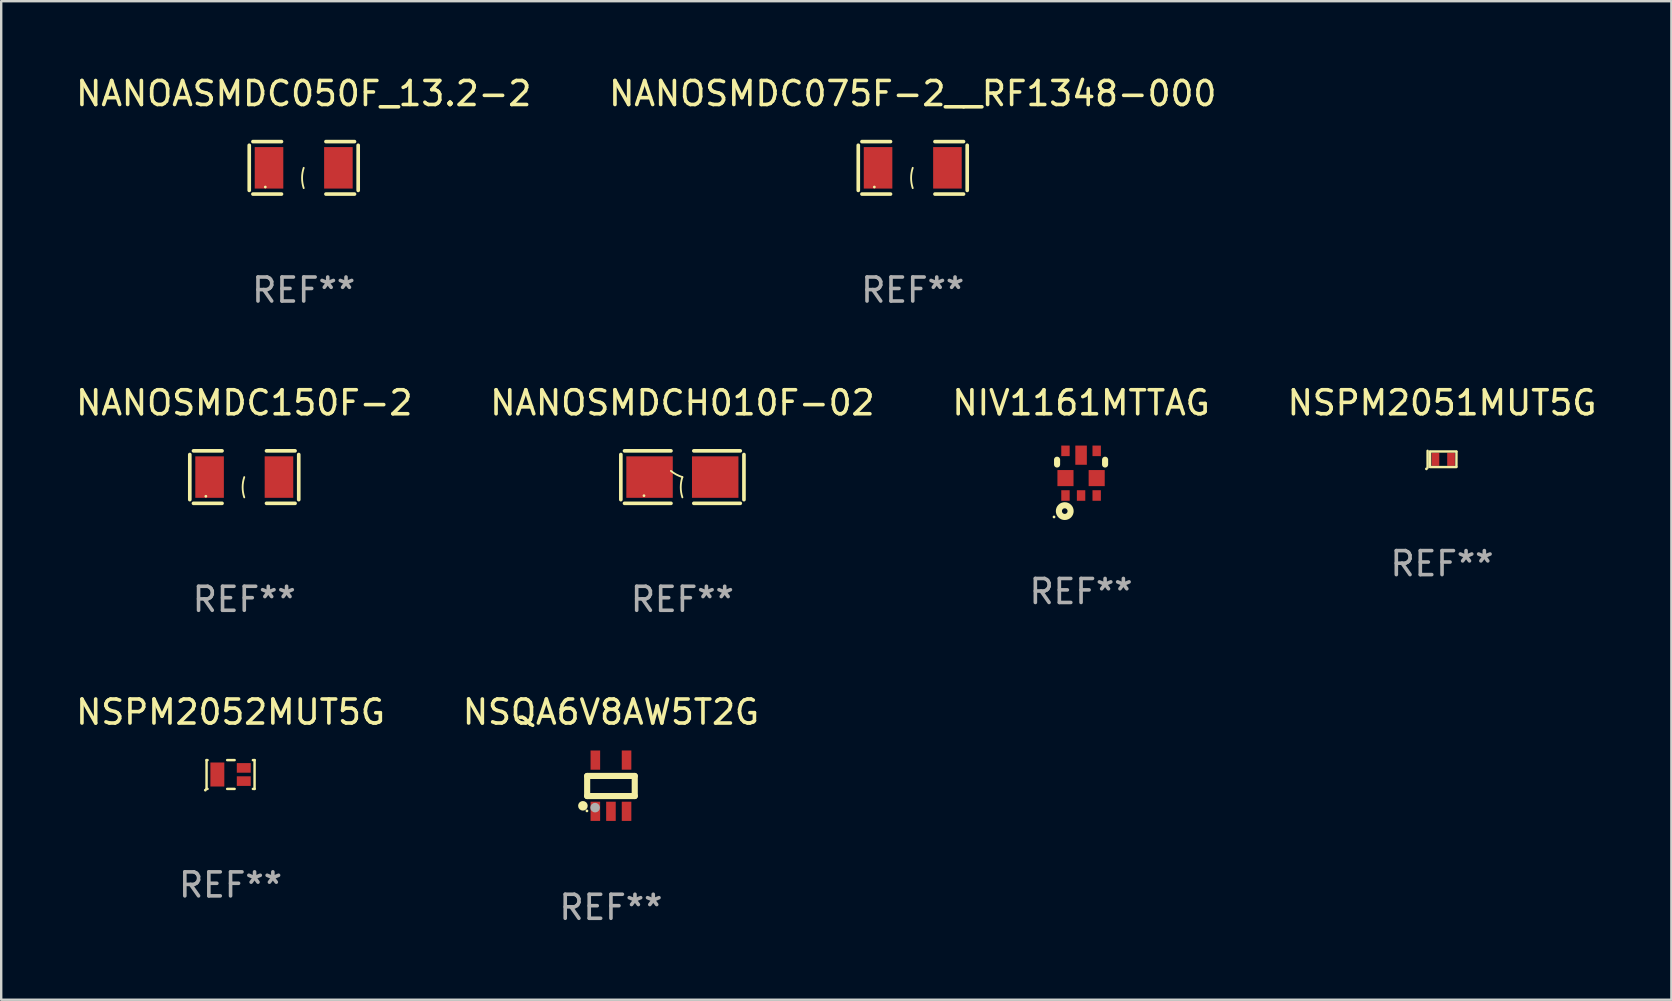
<source format=kicad_pcb>
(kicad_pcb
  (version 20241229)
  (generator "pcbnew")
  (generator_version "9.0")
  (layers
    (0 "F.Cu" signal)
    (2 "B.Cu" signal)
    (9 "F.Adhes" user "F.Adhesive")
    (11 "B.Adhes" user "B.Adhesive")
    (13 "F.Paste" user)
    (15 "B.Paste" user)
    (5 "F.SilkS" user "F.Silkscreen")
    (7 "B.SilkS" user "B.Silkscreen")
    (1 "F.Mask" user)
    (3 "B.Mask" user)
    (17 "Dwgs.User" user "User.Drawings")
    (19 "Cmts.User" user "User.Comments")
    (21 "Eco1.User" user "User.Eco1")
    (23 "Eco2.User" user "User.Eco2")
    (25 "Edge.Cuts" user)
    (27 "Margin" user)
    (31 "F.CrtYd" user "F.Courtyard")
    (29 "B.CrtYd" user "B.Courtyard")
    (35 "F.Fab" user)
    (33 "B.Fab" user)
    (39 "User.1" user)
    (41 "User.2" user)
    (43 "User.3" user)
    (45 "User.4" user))
  (footprint "NIV1161MTTAG"
    (layer "F.Cu")
    (at 41.982 16.66)
    (property "Reference" "NIV1161MTTAG" (at 0 -2.93 0) (layer "F.SilkS") (effects (font (size 1 1) (thickness 0.15))))
    (attr through_hole)
    (fp_line (start -1 -0.361) (end -1 -0.56) (stroke (width 0.254) (type solid)) (layer "F.SilkS"))
    (fp_line (start 1 -0.56) (end 1 -0.361) (stroke (width 0.254) (type solid)) (layer "F.SilkS"))
    (fp_circle (center -1.127 1.824) (end -1.097 1.824) (stroke (width 0.06) (type solid)) (fill no) (layer "F.SilkS"))
    (fp_circle (center -0.68 1.58) (end -0.563 1.58) (stroke (width 0.254) (type solid)) (fill no) (layer "F.SilkS"))
    (fp_text user "REF**" (at 0 4.93 0) (layer "F.Fab") (effects (font (size 1 1) (thickness 0.15))))
    (pad "1" smd rect (at -0.65 0.93) (size 0.35 0.44) (layers "F.Cu" "F.Mask" "F.Paste"))
    (pad "2" smd rect (at 0 0.93) (size 0.35 0.44) (layers "F.Cu" "F.Mask" "F.Paste"))
    (pad "3" smd rect (at 0.65 0.93) (size 0.35 0.44) (layers "F.Cu" "F.Mask" "F.Paste"))
    (pad "4" smd rect (at 0.65 -0.93) (size 0.35 0.44) (layers "F.Cu" "F.Mask" "F.Paste"))
    (pad "4" smd rect (at 0.65 0.205) (size 0.67 0.67) (layers "F.Cu" "F.Mask" "F.Paste"))
    (pad "5" smd rect (at 0 -0.75) (size 0.48 0.8) (layers "F.Cu" "F.Mask" "F.Paste"))
    (pad "6" smd rect (at -0.65 -0.93) (size 0.35 0.44) (layers "F.Cu" "F.Mask" "F.Paste"))
    (pad "6" smd rect (at -0.65 0.205) (size 0.67 0.67) (layers "F.Cu" "F.Mask" "F.Paste")))
  (footprint "NANOASMDC050F_13.2-2"
    (layer "F.Cu")
    (at 9.601 3.941)
    (property "Reference" "NANOASMDC050F_13.2-2" (at 0 -3.093 0) (layer "F.SilkS") (effects (font (size 1 1) (thickness 0.15))))
    (attr through_hole)
    (fp_line (start -2.269 -0.94) (end -2.269 0.94) (stroke (width 0.152) (type solid)) (layer "F.SilkS"))
    (fp_line (start -2.116 1.093) (end -0.926 1.093) (stroke (width 0.152) (type solid)) (layer "F.SilkS"))
    (fp_line (start -0.926 -1.093) (end -2.116 -1.093) (stroke (width 0.152) (type solid)) (layer "F.SilkS"))
    (fp_line (start 0.926 -1.093) (end 2.116 -1.093) (stroke (width 0.152) (type solid)) (layer "F.SilkS"))
    (fp_line (start 2.116 1.093) (end 0.926 1.093) (stroke (width 0.152) (type solid)) (layer "F.SilkS"))
    (fp_line (start 2.269 -0.94) (end 2.269 0.94) (stroke (width 0.152) (type solid)) (layer "F.SilkS"))
    (fp_arc (start 0 0.844951) (mid -0.068559 0.422475) (end 0 0) (stroke (width 0.0762) (type solid)) (layer "F.SilkS"))
    (fp_circle (center -1.6 0.8) (end -1.57 0.8) (stroke (width 0.06) (type solid)) (fill no) (layer "F.SilkS"))
    (fp_text user "REF**" (at 0 5.093 0) (layer "F.Fab") (effects (font (size 1 1) (thickness 0.15))))
    (pad "1" smd rect (at -1.445 0) (size 1.19 1.728) (layers "F.Cu" "F.Mask" "F.Paste"))
    (pad "2" smd rect (at 1.445 0) (size 1.19 1.728) (layers "F.Cu" "F.Mask" "F.Paste")))
  (footprint "NSPM2051MUT5G"
    (layer "F.Cu")
    (at 57.018 16.08)
    (property "Reference" "NSPM2051MUT5G" (at 0 -2.35 0) (layer "F.SilkS") (effects (font (size 1 1) (thickness 0.15))))
    (attr through_hole)
    (fp_line (start -0.601 -0.35) (end -0.601 0.35) (stroke (width 0.102) (type solid)) (layer "F.SilkS"))
    (fp_line (start -0.501 -0.325) (end 0.599 -0.325) (stroke (width 0.1) (type solid)) (layer "F.SilkS"))
    (fp_line (start -0.501 0.3) (end -0.502 -0.31) (stroke (width 0.1) (type solid)) (layer "F.SilkS"))
    (fp_line (start 0.599 0.325) (end -0.501 0.325) (stroke (width 0.1) (type solid)) (layer "F.SilkS"))
    (fp_line (start 0.599 0.3) (end 0.601 -0.31) (stroke (width 0.1) (type solid)) (layer "F.SilkS"))
    (fp_circle (center -0.651 0.401) (end -0.621 0.401) (stroke (width 0.06) (type solid)) (fill no) (layer "F.SilkS"))
    (fp_text user "REF**" (at 0 4.35 0) (layer "F.Fab") (effects (font (size 1 1) (thickness 0.15))))
    (pad "1" smd rect (at -0.275 -0.000013) (size 0.32 0.55) (layers "F.Cu" "F.Mask" "F.Paste"))
    (pad "2" smd rect (at 0.375 -0.000013) (size 0.32 0.55) (layers "F.Cu" "F.Mask" "F.Paste")))
  (footprint "NANOSMDC075F-2__RF1348-000"
    (layer "F.Cu")
    (at 34.97 3.941)
    (property "Reference" "NANOSMDC075F-2__RF1348-000" (at 0 -3.093 0) (layer "F.SilkS") (effects (font (size 1 1) (thickness 0.15))))
    (attr through_hole)
    (fp_line (start -2.269 -0.94) (end -2.269 0.94) (stroke (width 0.152) (type solid)) (layer "F.SilkS"))
    (fp_line (start -2.116 1.093) (end -0.926 1.093) (stroke (width 0.152) (type solid)) (layer "F.SilkS"))
    (fp_line (start -0.926 -1.093) (end -2.116 -1.093) (stroke (width 0.152) (type solid)) (layer "F.SilkS"))
    (fp_line (start 0.926 -1.093) (end 2.116 -1.093) (stroke (width 0.152) (type solid)) (layer "F.SilkS"))
    (fp_line (start 2.116 1.093) (end 0.926 1.093) (stroke (width 0.152) (type solid)) (layer "F.SilkS"))
    (fp_line (start 2.269 -0.94) (end 2.269 0.94) (stroke (width 0.152) (type solid)) (layer "F.SilkS"))
    (fp_arc (start 0 0.844951) (mid -0.068559 0.422475) (end 0 0) (stroke (width 0.0762) (type solid)) (layer "F.SilkS"))
    (fp_circle (center -1.6 0.8) (end -1.57 0.8) (stroke (width 0.06) (type solid)) (fill no) (layer "F.SilkS"))
    (fp_text user "REF**" (at 0 5.093 0) (layer "F.Fab") (effects (font (size 1 1) (thickness 0.15))))
    (pad "1" smd rect (at -1.445 0) (size 1.19 1.728) (layers "F.Cu" "F.Mask" "F.Paste"))
    (pad "2" smd rect (at 1.445 0) (size 1.19 1.728) (layers "F.Cu" "F.Mask" "F.Paste")))
  (footprint "NANOSMDC150F-2"
    (layer "F.Cu")
    (at 7.125 16.823)
    (property "Reference" "NANOSMDC150F-2" (at 0 -3.093 0) (layer "F.SilkS") (effects (font (size 1 1) (thickness 0.15))))
    (attr through_hole)
    (fp_line (start -2.269 -0.94) (end -2.269 0.94) (stroke (width 0.152) (type solid)) (layer "F.SilkS"))
    (fp_line (start -2.116 1.093) (end -0.926 1.093) (stroke (width 0.152) (type solid)) (layer "F.SilkS"))
    (fp_line (start -0.926 -1.093) (end -2.116 -1.093) (stroke (width 0.152) (type solid)) (layer "F.SilkS"))
    (fp_line (start 0.926 -1.093) (end 2.116 -1.093) (stroke (width 0.152) (type solid)) (layer "F.SilkS"))
    (fp_line (start 2.116 1.093) (end 0.926 1.093) (stroke (width 0.152) (type solid)) (layer "F.SilkS"))
    (fp_line (start 2.269 -0.94) (end 2.269 0.94) (stroke (width 0.152) (type solid)) (layer "F.SilkS"))
    (fp_arc (start 0 0.844951) (mid -0.068559 0.422475) (end 0 0) (stroke (width 0.0762) (type solid)) (layer "F.SilkS"))
    (fp_circle (center -1.6 0.8) (end -1.57 0.8) (stroke (width 0.06) (type solid)) (fill no) (layer "F.SilkS"))
    (fp_text user "REF**" (at 0 5.093 0) (layer "F.Fab") (effects (font (size 1 1) (thickness 0.15))))
    (pad "1" smd rect (at -1.445 0) (size 1.19 1.728) (layers "F.Cu" "F.Mask" "F.Paste"))
    (pad "2" smd rect (at 1.445 0) (size 1.19 1.728) (layers "F.Cu" "F.Mask" "F.Paste")))
  (footprint "NANOSMDCH010F-02"
    (layer "F.Cu")
    (at 25.375 16.823)
    (property "Reference" "NANOSMDCH010F-02" (at 0 -3.093 0) (layer "F.SilkS") (effects (font (size 1 1) (thickness 0.15))))
    (attr through_hole)
    (fp_line (start -2.564 -0.94) (end -2.564 0.94) (stroke (width 0.152) (type solid)) (layer "F.SilkS"))
    (fp_line (start -2.411 1.093) (end -0.476 1.093) (stroke (width 0.152) (type solid)) (layer "F.SilkS"))
    (fp_line (start -0.476 -1.093) (end -2.411 -1.093) (stroke (width 0.152) (type solid)) (layer "F.SilkS"))
    (fp_line (start 0.476 -1.093) (end 2.411 -1.093) (stroke (width 0.152) (type solid)) (layer "F.SilkS"))
    (fp_line (start 2.411 1.093) (end 0.476 1.093) (stroke (width 0.152) (type solid)) (layer "F.SilkS"))
    (fp_line (start 2.564 -0.94) (end 2.564 0.94) (stroke (width 0.152) (type solid)) (layer "F.SilkS"))
    (fp_arc (start 0 0) (mid -0.25226 -0.10569) (end -0.479707 -0.257589) (stroke (width 0.0762) (type solid)) (layer "F.SilkS"))
    (fp_arc (start 0 0.844958) (mid -0.068559 0.422479) (end 0 0) (stroke (width 0.0762) (type solid)) (layer "F.SilkS"))
    (fp_circle (center -1.6 0.775) (end -1.57 0.775) (stroke (width 0.06) (type solid)) (fill no) (layer "F.SilkS"))
    (fp_text user "REF**" (at 0 5.093 0) (layer "F.Fab") (effects (font (size 1 1) (thickness 0.15))))
    (pad "1" smd rect (at -1.368 -0.000051) (size 1.935 1.728) (layers "F.Cu" "F.Mask" "F.Paste"))
    (pad "2" smd rect (at 1.367 -0.000051) (size 1.935 1.728) (layers "F.Cu" "F.Mask" "F.Paste")))
  (footprint "NSQA6V8AW5T2G"
    (layer "F.Cu")
    (at 22.399 29.678)
    (property "Reference" "NSQA6V8AW5T2G" (at 0 -3.067 0) (layer "F.SilkS") (effects (font (size 1 1) (thickness 0.15))))
    (attr through_hole)
    (fp_line (start -0.991 -0.406) (end 0.991 -0.406) (stroke (width 0.254) (type solid)) (layer "F.SilkS"))
    (fp_line (start -0.991 0.432) (end -0.991 -0.406) (stroke (width 0.254) (type solid)) (layer "F.SilkS"))
    (fp_line (start 0.991 -0.406) (end 0.991 0.432) (stroke (width 0.254) (type solid)) (layer "F.SilkS"))
    (fp_line (start 0.991 0.432) (end -0.991 0.432) (stroke (width 0.254) (type solid)) (layer "F.SilkS"))
    (fp_circle (center -1.168 0.838) (end -1.068 0.838) (stroke (width 0.2) (type solid)) (fill no) (layer "F.SilkS"))
    (fp_circle (center -1 1.05) (end -0.97 1.05) (stroke (width 0.06) (type solid)) (fill no) (layer "F.SilkS"))
    (fp_circle (center -0.66 0.914) (end -0.56 0.914) (stroke (width 0.2) (type solid)) (fill no) (layer "F.Fab"))
    (fp_text user "REF**" (at 0 5.067 0) (layer "F.Fab") (effects (font (size 1 1) (thickness 0.15))))
    (pad "1" smd rect (at -0.65 1.067 90) (size 0.8 0.399) (layers "F.Cu" "F.Mask" "F.Paste"))
    (pad "2" smd rect (at 0 1.067 90) (size 0.8 0.399) (layers "F.Cu" "F.Mask" "F.Paste"))
    (pad "3" smd rect (at 0.65 1.067 90) (size 0.8 0.399) (layers "F.Cu" "F.Mask" "F.Paste"))
    (pad "4" smd rect (at 0.65 -1.067 90) (size 0.8 0.399) (layers "F.Cu" "F.Mask" "F.Paste"))
    (pad "5" smd rect (at -0.65 -1.066 90) (size 0.8 0.399) (layers "F.Cu" "F.Mask" "F.Paste")))
  (footprint "NSPM2052MUT5G"
    (layer "F.Cu")
    (at 6.554 29.212)
    (property "Reference" "NSPM2052MUT5G" (at 0 -2.6 0) (layer "F.SilkS") (effects (font (size 1 1) (thickness 0.15))))
    (attr through_hole)
    (fp_line (start -1 0.6) (end -1 -0.6) (stroke (width 0.102) (type solid)) (layer "F.SilkS"))
    (fp_line (start -0.958 -0.6) (end -1 -0.6) (stroke (width 0.102) (type solid)) (layer "F.SilkS"))
    (fp_line (start -0.958 0.6) (end -1 0.6) (stroke (width 0.102) (type solid)) (layer "F.SilkS"))
    (fp_line (start 0.17 -0.6) (end -0.142 -0.6) (stroke (width 0.102) (type solid)) (layer "F.SilkS"))
    (fp_line (start 0.17 0.6) (end -0.142 0.6) (stroke (width 0.102) (type solid)) (layer "F.SilkS"))
    (fp_line (start 1 -0.6) (end 0.93 -0.6) (stroke (width 0.102) (type solid)) (layer "F.SilkS"))
    (fp_line (start 1 0.6) (end 0.93 0.6) (stroke (width 0.102) (type solid)) (layer "F.SilkS"))
    (fp_line (start 1 0.6) (end 1 -0.6) (stroke (width 0.102) (type solid)) (layer "F.SilkS"))
    (fp_circle (center -1.051 0.651) (end -1.021 0.651) (stroke (width 0.06) (type solid)) (fill no) (layer "F.SilkS"))
    (fp_text user "REF**" (at 0 4.6 0) (layer "F.Fab") (effects (font (size 1 1) (thickness 0.15))))
    (pad "1" smd rect (at -0.55 0 90) (size 1 0.58) (layers "F.Cu" "F.Mask" "F.Paste"))
    (pad "2" smd rect (at 0.55 0.275 90) (size 0.4 0.58) (layers "F.Cu" "F.Mask" "F.Paste"))
    (pad "3" smd rect (at 0.55 -0.275 90) (size 0.4 0.58) (layers "F.Cu" "F.Mask" "F.Paste")))
  (gr_rect
    (start -3 -3)
    (end 66.571 38.594)
    (stroke (width 0.1) (type default))
    (fill no)
    (layer "Edge.Cuts")))
</source>
